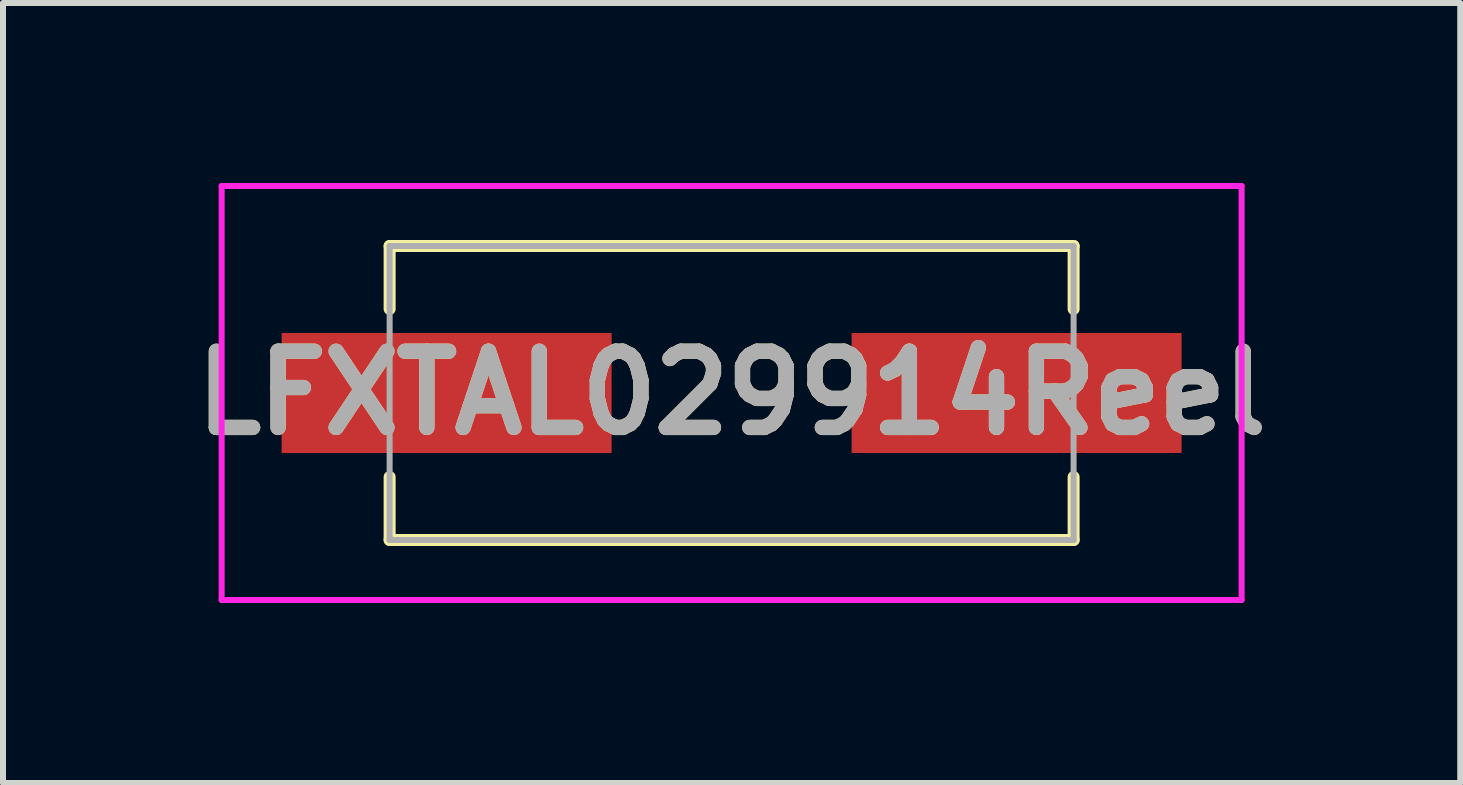
<source format=kicad_pcb>
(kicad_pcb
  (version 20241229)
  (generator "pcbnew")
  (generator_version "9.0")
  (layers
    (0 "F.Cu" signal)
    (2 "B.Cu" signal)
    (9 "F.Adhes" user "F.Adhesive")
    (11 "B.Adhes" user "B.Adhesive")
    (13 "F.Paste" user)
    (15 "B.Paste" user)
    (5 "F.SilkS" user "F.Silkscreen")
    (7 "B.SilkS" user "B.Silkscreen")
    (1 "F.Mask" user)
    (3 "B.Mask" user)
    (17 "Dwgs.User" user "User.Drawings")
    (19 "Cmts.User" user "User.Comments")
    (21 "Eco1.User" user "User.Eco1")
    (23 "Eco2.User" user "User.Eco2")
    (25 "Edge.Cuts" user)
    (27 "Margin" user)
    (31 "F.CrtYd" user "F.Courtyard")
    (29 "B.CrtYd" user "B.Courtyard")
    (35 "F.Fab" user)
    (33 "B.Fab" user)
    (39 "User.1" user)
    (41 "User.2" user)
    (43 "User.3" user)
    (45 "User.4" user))
  (footprint "LFXTAL029914Reel"
    (layer "F.Cu")
    (at 9.144 3.5)
    (property "Reference" "LFXTAL029914Reel" (at 0 0 0) (layer "F.SilkS") (effects (font (size 1.27 1.27) (thickness 0.254))))
    (attr smd)
    (fp_line (start -5.7 -2.45) (end 5.7 -2.45) (stroke (width 0.2) (type solid)) (layer "F.SilkS"))
    (fp_line (start -5.7 -1.4) (end -5.7 -2.45) (stroke (width 0.2) (type solid)) (layer "F.SilkS"))
    (fp_line (start -5.7 1.4) (end -5.7 2.45) (stroke (width 0.2) (type solid)) (layer "F.SilkS"))
    (fp_line (start -5.7 2.45) (end 5.7 2.45) (stroke (width 0.2) (type solid)) (layer "F.SilkS"))
    (fp_line (start 5.7 -2.45) (end 5.7 -1.4) (stroke (width 0.2) (type solid)) (layer "F.SilkS"))
    (fp_line (start 5.7 2.45) (end 5.7 1.4) (stroke (width 0.2) (type solid)) (layer "F.SilkS"))
    (fp_line (start -8.5 -3.45) (end 8.5 -3.45) (stroke (width 0.1) (type solid)) (layer "F.CrtYd"))
    (fp_line (start -8.5 3.45) (end -8.5 -3.45) (stroke (width 0.1) (type solid)) (layer "F.CrtYd"))
    (fp_line (start 8.5 -3.45) (end 8.5 3.45) (stroke (width 0.1) (type solid)) (layer "F.CrtYd"))
    (fp_line (start 8.5 3.45) (end -8.5 3.45) (stroke (width 0.1) (type solid)) (layer "F.CrtYd"))
    (fp_line (start -5.7 -2.45) (end 5.7 -2.45) (stroke (width 0.1) (type solid)) (layer "F.Fab"))
    (fp_line (start -5.7 2.45) (end -5.7 -2.45) (stroke (width 0.1) (type solid)) (layer "F.Fab"))
    (fp_line (start 5.7 -2.45) (end 5.7 2.45) (stroke (width 0.1) (type solid)) (layer "F.Fab"))
    (fp_line (start 5.7 2.45) (end -5.7 2.45) (stroke (width 0.1) (type solid)) (layer "F.Fab"))
    (fp_text user "${REFERENCE}" (at 0 0 0) (layer "F.Fab") (effects (font (size 1.27 1.27) (thickness 0.254))))
    (pad "1" smd rect (at -4.75 0 90) (size 2 5.5) (layers "F.Cu" "F.Mask" "F.Paste"))
    (pad "2" smd rect (at 4.75 0 90) (size 2 5.5) (layers "F.Cu" "F.Mask" "F.Paste")))
  (gr_rect
    (start -3 -3)
    (end 21.288 10)
    (stroke (width 0.1) (type default))
    (fill no)
    (layer "Edge.Cuts")))
</source>
